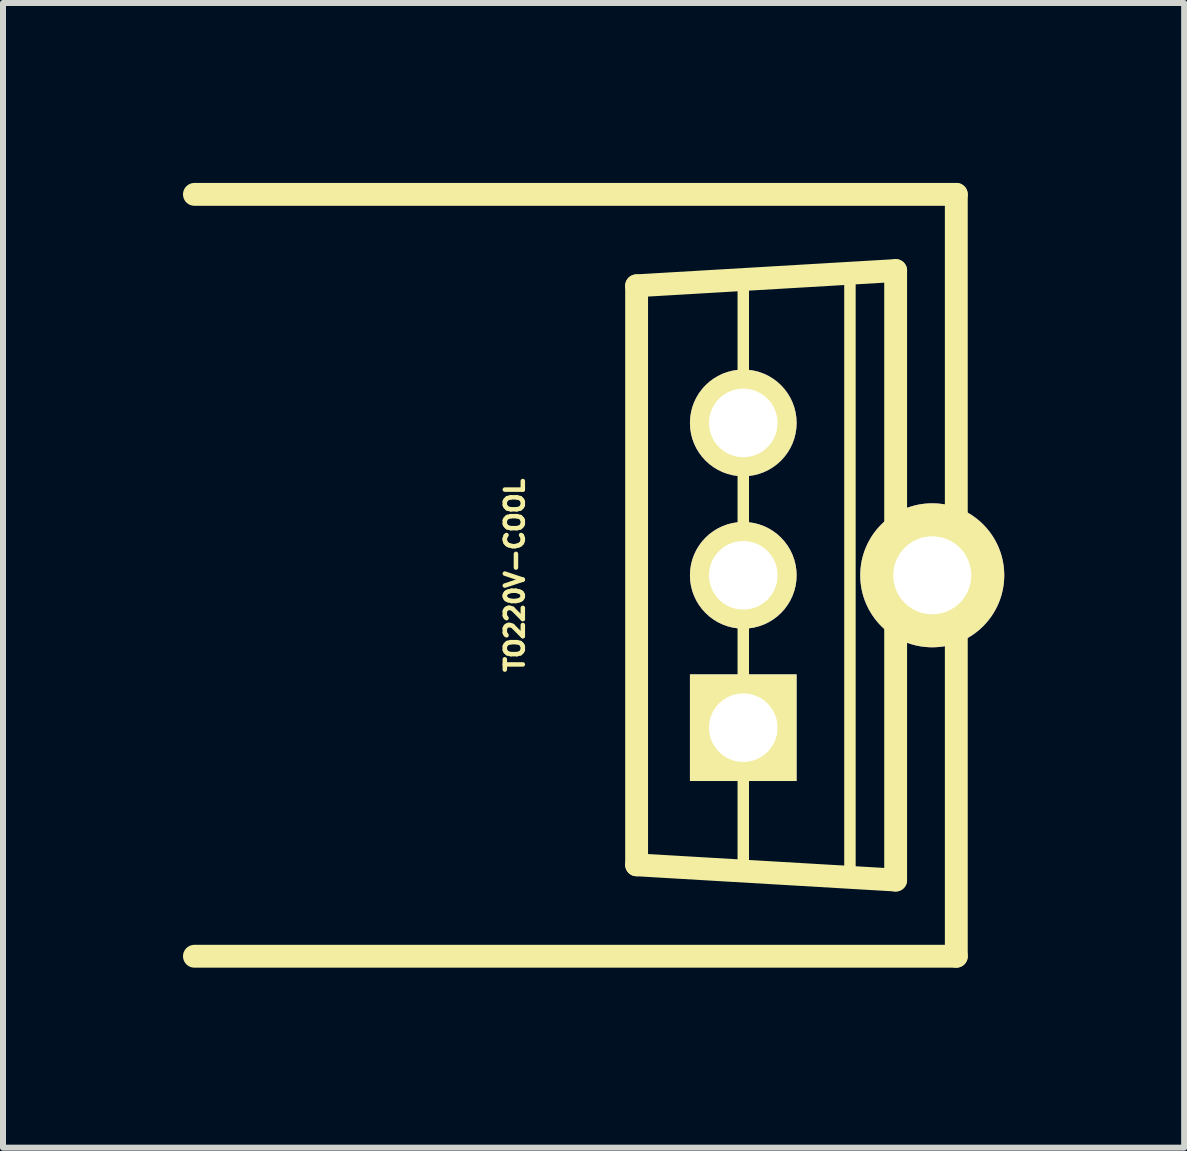
<source format=kicad_pcb>
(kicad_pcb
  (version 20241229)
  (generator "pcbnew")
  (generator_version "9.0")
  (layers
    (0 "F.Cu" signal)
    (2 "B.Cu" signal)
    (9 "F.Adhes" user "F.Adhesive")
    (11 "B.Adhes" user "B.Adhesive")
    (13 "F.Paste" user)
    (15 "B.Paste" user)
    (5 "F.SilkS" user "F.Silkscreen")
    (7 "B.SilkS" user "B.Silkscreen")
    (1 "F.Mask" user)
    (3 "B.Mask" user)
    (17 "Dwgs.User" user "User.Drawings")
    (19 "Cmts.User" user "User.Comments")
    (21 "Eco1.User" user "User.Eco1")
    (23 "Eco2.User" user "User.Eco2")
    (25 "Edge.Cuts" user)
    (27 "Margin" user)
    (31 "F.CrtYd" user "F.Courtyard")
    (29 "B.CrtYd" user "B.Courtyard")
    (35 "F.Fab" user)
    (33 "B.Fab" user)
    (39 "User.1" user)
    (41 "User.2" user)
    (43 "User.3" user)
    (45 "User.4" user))
  (footprint "TO220V-COOL"
    (layer "F.Cu")
    (at 9.34 6.54)
    (property "Reference" "TO220V-COOL" (at -3.81 0 90) (layer "F.SilkS") (effects (font (size 0.3 0.3) (thickness 0.076))))
    (attr through_hole)
    (fp_line (start -1.778 -4.826) (end -1.778 4.826) (stroke (width 0.381) (type solid)) (layer "F.SilkS"))
    (fp_line (start -1.778 4.826) (end 2.54 5.08) (stroke (width 0.381) (type solid)) (layer "F.SilkS"))
    (fp_line (start 0 -4.826) (end 0 4.826) (stroke (width 0.191) (type solid)) (layer "F.SilkS"))
    (fp_line (start 1.778 -5.08) (end 1.778 5.08) (stroke (width 0.191) (type solid)) (layer "F.SilkS"))
    (fp_line (start 2.54 -5.08) (end -1.778 -4.826) (stroke (width 0.381) (type solid)) (layer "F.SilkS"))
    (fp_line (start 2.54 -5.08) (end 2.54 5.08) (stroke (width 0.381) (type solid)) (layer "F.SilkS"))
    (fp_line (start 3.551 -6.35) (end -9.149 -6.35) (stroke (width 0.381) (type solid)) (layer "F.SilkS"))
    (fp_line (start 3.551 0) (end 3.551 -6.35) (stroke (width 0.381) (type solid)) (layer "F.SilkS"))
    (fp_line (start 3.551 0) (end 3.551 6.35) (stroke (width 0.381) (type solid)) (layer "F.SilkS"))
    (fp_line (start 3.551 6.35) (end -9.149 6.35) (stroke (width 0.381) (type solid)) (layer "F.SilkS"))
    (pad "" thru_hole circle (at 3.15 0) (size 2.4 2.4) (drill 1.3) (layers "*.Cu" "*.Mask" "F.SilkS"))
    (pad "1" thru_hole circle (at 0 -2.54) (size 1.778 1.778) (drill 1.143) (layers "*.Cu" "*.Mask" "F.SilkS"))
    (pad "2" thru_hole circle (at 0 0) (size 1.778 1.778) (drill 1.143) (layers "*.Cu" "*.Mask" "F.SilkS"))
    (pad "3" thru_hole rect (at 0 2.54) (size 1.778 1.778) (drill 1.143) (layers "*.Cu" "*.Mask" "F.SilkS")))
  (gr_rect
    (start -3 -3)
    (end 16.689 16.081)
    (stroke (width 0.1) (type default))
    (fill no)
    (layer "Edge.Cuts")))
</source>
